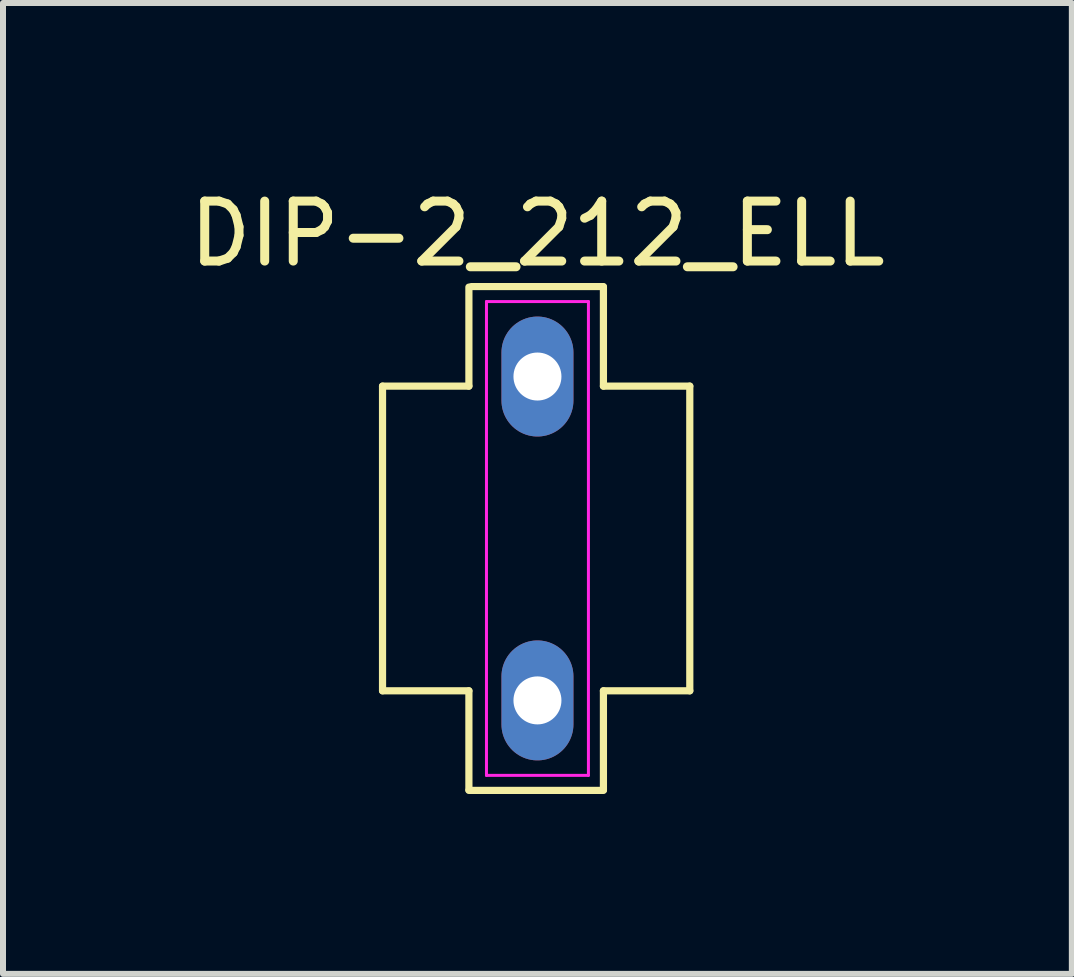
<source format=kicad_pcb>
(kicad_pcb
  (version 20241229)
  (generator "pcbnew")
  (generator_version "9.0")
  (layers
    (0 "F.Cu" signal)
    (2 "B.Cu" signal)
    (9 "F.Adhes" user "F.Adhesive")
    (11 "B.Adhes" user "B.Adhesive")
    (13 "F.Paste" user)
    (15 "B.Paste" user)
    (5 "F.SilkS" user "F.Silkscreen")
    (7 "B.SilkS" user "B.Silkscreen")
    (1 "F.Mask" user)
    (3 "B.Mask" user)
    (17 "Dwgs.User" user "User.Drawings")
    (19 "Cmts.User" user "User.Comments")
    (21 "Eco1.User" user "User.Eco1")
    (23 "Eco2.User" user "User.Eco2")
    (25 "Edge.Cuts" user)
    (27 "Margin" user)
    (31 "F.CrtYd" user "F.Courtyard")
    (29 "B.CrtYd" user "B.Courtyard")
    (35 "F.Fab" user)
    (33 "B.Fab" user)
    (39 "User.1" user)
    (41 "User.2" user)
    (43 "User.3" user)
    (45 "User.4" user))
  (footprint "DIP-2_212_ELL"
    (layer "F.Cu")
    (at 5.911 5.928)
    (property "Reference" "DIP-2_212_ELL" (at 0 -5.08 180) (layer "F.SilkS") (effects (font (size 1 1) (thickness 0.15))))
    (attr through_hole)
    (fp_line (start -2.583 -2.54) (end -2.583 2.54) (stroke (width 0.12) (type solid)) (layer "F.SilkS"))
    (fp_line (start -2.583 -2.54) (end -1.143 -2.54) (stroke (width 0.12) (type solid)) (layer "F.SilkS"))
    (fp_line (start -2.583 2.54) (end -1.143 2.54) (stroke (width 0.12) (type solid)) (layer "F.SilkS"))
    (fp_line (start -1.143 4.191) (end -1.143 2.54) (stroke (width 0.12) (type solid)) (layer "F.SilkS"))
    (fp_line (start -1.143 -2.54) (end -1.143 -4.191) (stroke (width 0.12) (type solid)) (layer "F.SilkS"))
    (fp_line (start -1.143 4.2) (end 1.1 4.2) (stroke (width 0.12) (type solid)) (layer "F.SilkS"))
    (fp_line (start 1.1 4.191) (end 1.1 2.54) (stroke (width 0.12) (type solid)) (layer "F.SilkS"))
    (fp_line (start 1.1 -2.54) (end 1.1 -4.191) (stroke (width 0.12) (type solid)) (layer "F.SilkS"))
    (fp_line (start 1.1 -2.54) (end 2.54 -2.54) (stroke (width 0.12) (type solid)) (layer "F.SilkS"))
    (fp_line (start 1.1 2.54) (end 2.54 2.54) (stroke (width 0.12) (type solid)) (layer "F.SilkS"))
    (fp_line (start 1.1 -4.2) (end -1.1 -4.2) (stroke (width 0.12) (type solid)) (layer "F.SilkS"))
    (fp_line (start 2.54 -2.54) (end 2.54 2.54) (stroke (width 0.12) (type solid)) (layer "F.SilkS"))
    (fp_line (start -0.85 -3.95) (end 0.85 -3.95) (stroke (width 0.05) (type solid)) (layer "F.CrtYd"))
    (fp_line (start -0.85 3.95) (end -0.85 -3.95) (stroke (width 0.05) (type solid)) (layer "F.CrtYd"))
    (fp_line (start 0.85 -3.95) (end 0.85 3.95) (stroke (width 0.05) (type solid)) (layer "F.CrtYd"))
    (fp_line (start 0.85 3.95) (end -0.85 3.95) (stroke (width 0.05) (type solid)) (layer "F.CrtYd"))
    (pad "1" thru_hole oval (at 0 2.7) (size 1.2 2) (drill 0.8) (layers "*.Cu" "*.Mask"))
    (pad "2" thru_hole oval (at 0 -2.7) (size 1.2 2) (drill 0.8) (layers "*.Cu" "*.Mask")))
  (gr_rect
    (start -3 -3)
    (end 14.821 13.188)
    (stroke (width 0.1) (type default))
    (fill no)
    (layer "Edge.Cuts")))
</source>
